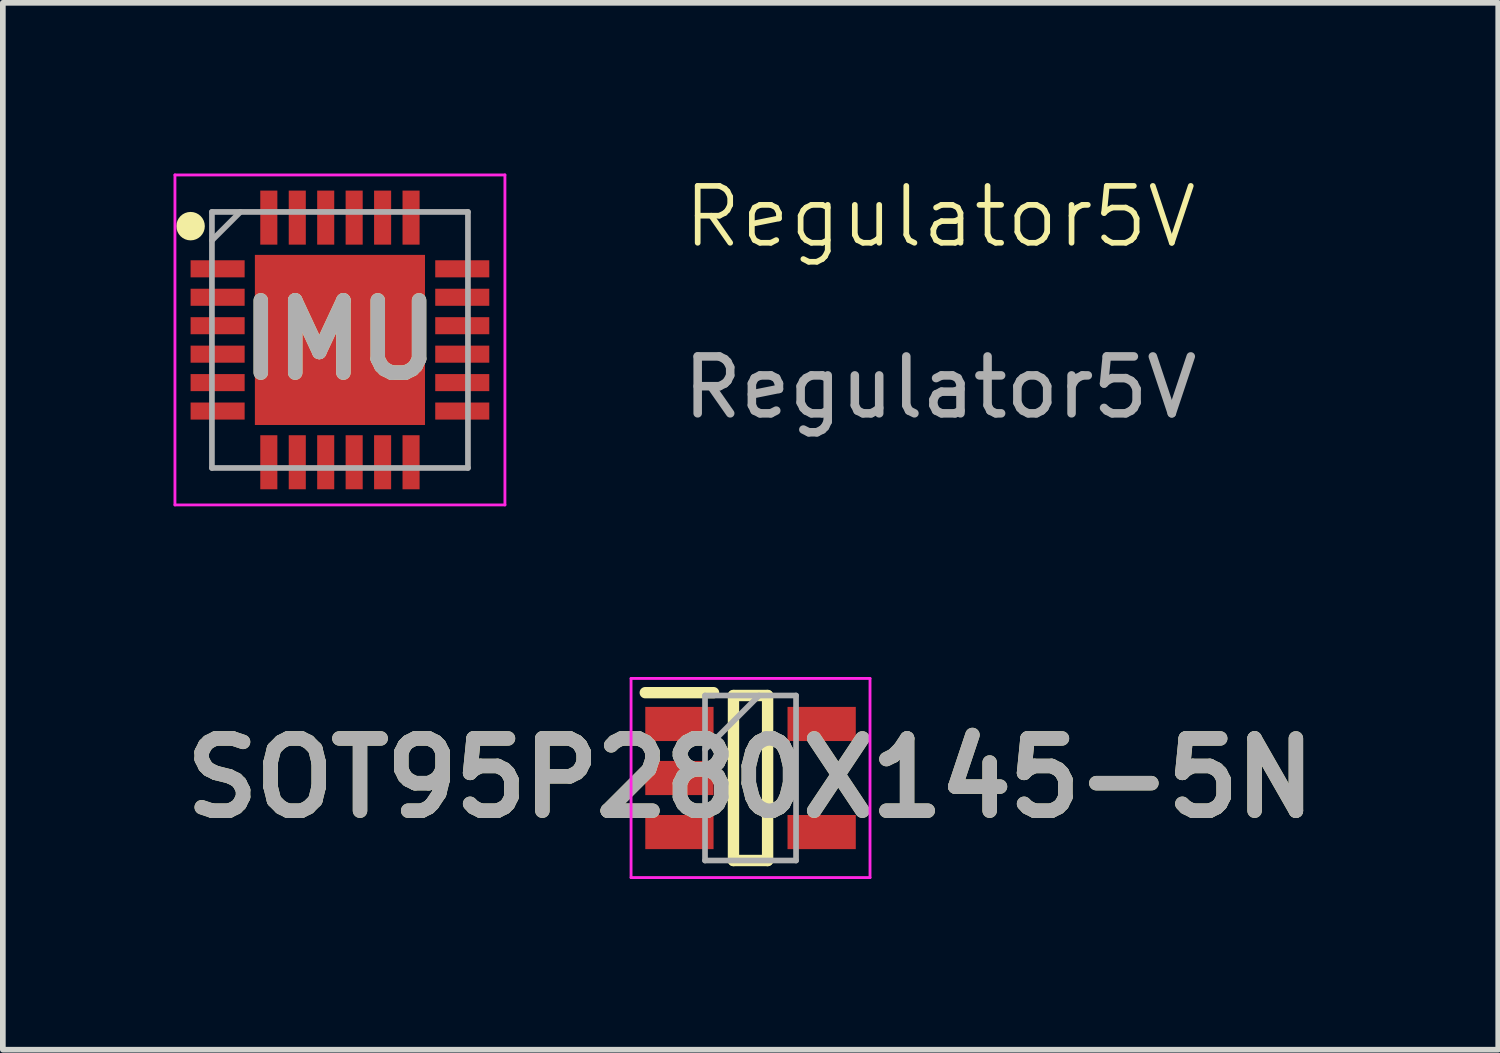
<source format=kicad_pcb>
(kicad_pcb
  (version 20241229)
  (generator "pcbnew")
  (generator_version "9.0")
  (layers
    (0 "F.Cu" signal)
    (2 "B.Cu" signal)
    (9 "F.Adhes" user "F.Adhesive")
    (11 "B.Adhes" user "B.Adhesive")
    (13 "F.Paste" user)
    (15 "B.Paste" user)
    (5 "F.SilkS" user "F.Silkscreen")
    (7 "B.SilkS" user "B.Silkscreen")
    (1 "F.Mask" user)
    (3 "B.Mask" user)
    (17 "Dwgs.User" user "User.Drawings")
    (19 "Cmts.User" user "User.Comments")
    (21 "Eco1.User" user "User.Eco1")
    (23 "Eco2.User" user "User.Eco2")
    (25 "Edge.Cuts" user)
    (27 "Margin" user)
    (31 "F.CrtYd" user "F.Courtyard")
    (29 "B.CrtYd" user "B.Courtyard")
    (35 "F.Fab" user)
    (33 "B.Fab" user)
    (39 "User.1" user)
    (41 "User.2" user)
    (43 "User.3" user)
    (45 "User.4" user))
  (footprint "Regulator5V"
    (layer "F.Cu")
    (at 13.475 1.26)
    (property "Reference" "Regulator5V" (at 0 -0.5 0) (unlocked yes) (layer "F.SilkS") (effects (font (size 1 1) (thickness 0.1))))
    (attr smd)
    (fp_text user "${REFERENCE}" (at 0 2.5 0) (unlocked yes) (layer "F.Fab") (effects (font (size 1 1) (thickness 0.15)))))
  (footprint "SOT95P280X145-5N"
    (layer "F.Cu")
    (at 10.142 10.625)
    (property "Reference" "SOT95P280X145-5N" (at 0 0 0) (layer "F.SilkS") (effects (font (size 1.27 1.27) (thickness 0.254))))
    (attr smd)
    (fp_line (start -1.85 -1.5) (end -0.65 -1.5) (stroke (width 0.2) (type solid)) (layer "F.SilkS"))
    (fp_line (start -0.3 -1.45) (end 0.3 -1.45) (stroke (width 0.2) (type solid)) (layer "F.SilkS"))
    (fp_line (start -0.3 1.45) (end -0.3 -1.45) (stroke (width 0.2) (type solid)) (layer "F.SilkS"))
    (fp_line (start 0.3 -1.45) (end 0.3 1.45) (stroke (width 0.2) (type solid)) (layer "F.SilkS"))
    (fp_line (start 0.3 1.45) (end -0.3 1.45) (stroke (width 0.2) (type solid)) (layer "F.SilkS"))
    (fp_line (start -2.1 -1.75) (end 2.1 -1.75) (stroke (width 0.05) (type solid)) (layer "F.CrtYd"))
    (fp_line (start -2.1 1.75) (end -2.1 -1.75) (stroke (width 0.05) (type solid)) (layer "F.CrtYd"))
    (fp_line (start 2.1 -1.75) (end 2.1 1.75) (stroke (width 0.05) (type solid)) (layer "F.CrtYd"))
    (fp_line (start 2.1 1.75) (end -2.1 1.75) (stroke (width 0.05) (type solid)) (layer "F.CrtYd"))
    (fp_line (start -0.8 -1.45) (end 0.8 -1.45) (stroke (width 0.1) (type solid)) (layer "F.Fab"))
    (fp_line (start -0.8 -0.5) (end 0.15 -1.45) (stroke (width 0.1) (type solid)) (layer "F.Fab"))
    (fp_line (start -0.8 1.45) (end -0.8 -1.45) (stroke (width 0.1) (type solid)) (layer "F.Fab"))
    (fp_line (start 0.8 -1.45) (end 0.8 1.45) (stroke (width 0.1) (type solid)) (layer "F.Fab"))
    (fp_line (start 0.8 1.45) (end -0.8 1.45) (stroke (width 0.1) (type solid)) (layer "F.Fab"))
    (fp_text user "${REFERENCE}" (at 0 0 0) (layer "F.Fab") (effects (font (size 1.27 1.27) (thickness 0.254))))
    (pad "1" smd rect (at -1.25 -0.95 90) (size 0.6 1.2) (layers "F.Cu" "F.Mask" "F.Paste"))
    (pad "2" smd rect (at -1.25 0 90) (size 0.6 1.2) (layers "F.Cu" "F.Mask" "F.Paste"))
    (pad "3" smd rect (at -1.25 0.95 90) (size 0.6 1.2) (layers "F.Cu" "F.Mask" "F.Paste"))
    (pad "4" smd rect (at 1.25 0.95 90) (size 0.6 1.2) (layers "F.Cu" "F.Mask" "F.Paste"))
    (pad "5" smd rect (at 1.25 -0.95 90) (size 0.6 1.2) (layers "F.Cu" "F.Mask" "F.Paste")))
  (footprint "IMU"
    (layer "F.Cu")
    (at 2.925 2.925)
    (property "Reference" "IMU" (at 0 0 0) (layer "F.SilkS") (effects (font (size 1.27 1.27) (thickness 0.254))))
    (attr smd)
    (fp_circle (center -2.625 -2) (end -2.625 -1.875) (stroke (width 0.25) (type solid)) (fill no) (layer "F.SilkS"))
    (fp_line (start -2.9 -2.9) (end 2.9 -2.9) (stroke (width 0.05) (type solid)) (layer "F.CrtYd"))
    (fp_line (start -2.9 2.9) (end -2.9 -2.9) (stroke (width 0.05) (type solid)) (layer "F.CrtYd"))
    (fp_line (start 2.9 -2.9) (end 2.9 2.9) (stroke (width 0.05) (type solid)) (layer "F.CrtYd"))
    (fp_line (start 2.9 2.9) (end -2.9 2.9) (stroke (width 0.05) (type solid)) (layer "F.CrtYd"))
    (fp_line (start -2.25 -2.25) (end 2.25 -2.25) (stroke (width 0.1) (type solid)) (layer "F.Fab"))
    (fp_line (start -2.25 -1.75) (end -1.75 -2.25) (stroke (width 0.1) (type solid)) (layer "F.Fab"))
    (fp_line (start -2.25 2.25) (end -2.25 -2.25) (stroke (width 0.1) (type solid)) (layer "F.Fab"))
    (fp_line (start 2.25 -2.25) (end 2.25 2.25) (stroke (width 0.1) (type solid)) (layer "F.Fab"))
    (fp_line (start 2.25 2.25) (end -2.25 2.25) (stroke (width 0.1) (type solid)) (layer "F.Fab"))
    (fp_text user "${REFERENCE}" (at 0 0 0) (layer "F.Fab") (effects (font (size 1.27 1.27) (thickness 0.254))))
    (pad "1" smd rect (at -2.15 -1.25 90) (size 0.3 0.95) (layers "F.Cu" "F.Mask" "F.Paste"))
    (pad "2" smd rect (at -2.15 -0.75 90) (size 0.3 0.95) (layers "F.Cu" "F.Mask" "F.Paste"))
    (pad "3" smd rect (at -2.15 -0.25 90) (size 0.3 0.95) (layers "F.Cu" "F.Mask" "F.Paste"))
    (pad "4" smd rect (at -2.15 0.25 90) (size 0.3 0.95) (layers "F.Cu" "F.Mask" "F.Paste"))
    (pad "5" smd rect (at -2.15 0.75 90) (size 0.3 0.95) (layers "F.Cu" "F.Mask" "F.Paste"))
    (pad "6" smd rect (at -2.15 1.25 90) (size 0.3 0.95) (layers "F.Cu" "F.Mask" "F.Paste"))
    (pad "7" smd rect (at -1.25 2.15) (size 0.3 0.95) (layers "F.Cu" "F.Mask" "F.Paste"))
    (pad "8" smd rect (at -0.75 2.15) (size 0.3 0.95) (layers "F.Cu" "F.Mask" "F.Paste"))
    (pad "9" smd rect (at -0.25 2.15) (size 0.3 0.95) (layers "F.Cu" "F.Mask" "F.Paste"))
    (pad "10" smd rect (at 0.25 2.15) (size 0.3 0.95) (layers "F.Cu" "F.Mask" "F.Paste"))
    (pad "11" smd rect (at 0.75 2.15) (size 0.3 0.95) (layers "F.Cu" "F.Mask" "F.Paste"))
    (pad "12" smd rect (at 1.25 2.15) (size 0.3 0.95) (layers "F.Cu" "F.Mask" "F.Paste"))
    (pad "13" smd rect (at 2.15 1.25 90) (size 0.3 0.95) (layers "F.Cu" "F.Mask" "F.Paste"))
    (pad "14" smd rect (at 2.15 0.75 90) (size 0.3 0.95) (layers "F.Cu" "F.Mask" "F.Paste"))
    (pad "15" smd rect (at 2.15 0.25 90) (size 0.3 0.95) (layers "F.Cu" "F.Mask" "F.Paste"))
    (pad "16" smd rect (at 2.15 -0.25 90) (size 0.3 0.95) (layers "F.Cu" "F.Mask" "F.Paste"))
    (pad "17" smd rect (at 2.15 -0.75 90) (size 0.3 0.95) (layers "F.Cu" "F.Mask" "F.Paste"))
    (pad "18" smd rect (at 2.15 -1.25 90) (size 0.3 0.95) (layers "F.Cu" "F.Mask" "F.Paste"))
    (pad "19" smd rect (at 1.25 -2.15) (size 0.3 0.95) (layers "F.Cu" "F.Mask" "F.Paste"))
    (pad "20" smd rect (at 0.75 -2.15) (size 0.3 0.95) (layers "F.Cu" "F.Mask" "F.Paste"))
    (pad "21" smd rect (at 0.25 -2.15) (size 0.3 0.95) (layers "F.Cu" "F.Mask" "F.Paste"))
    (pad "22" smd rect (at -0.25 -2.15) (size 0.3 0.95) (layers "F.Cu" "F.Mask" "F.Paste"))
    (pad "23" smd rect (at -0.75 -2.15) (size 0.3 0.95) (layers "F.Cu" "F.Mask" "F.Paste"))
    (pad "24" smd rect (at -1.25 -2.15) (size 0.3 0.95) (layers "F.Cu" "F.Mask" "F.Paste"))
    (pad "25" smd rect (at 0 0) (size 2.99 2.99) (layers "F.Cu" "F.Mask" "F.Paste")))
  (gr_rect
    (start -3 -3)
    (end 23.284 15.4)
    (stroke (width 0.1) (type default))
    (fill no)
    (layer "Edge.Cuts")))
</source>
